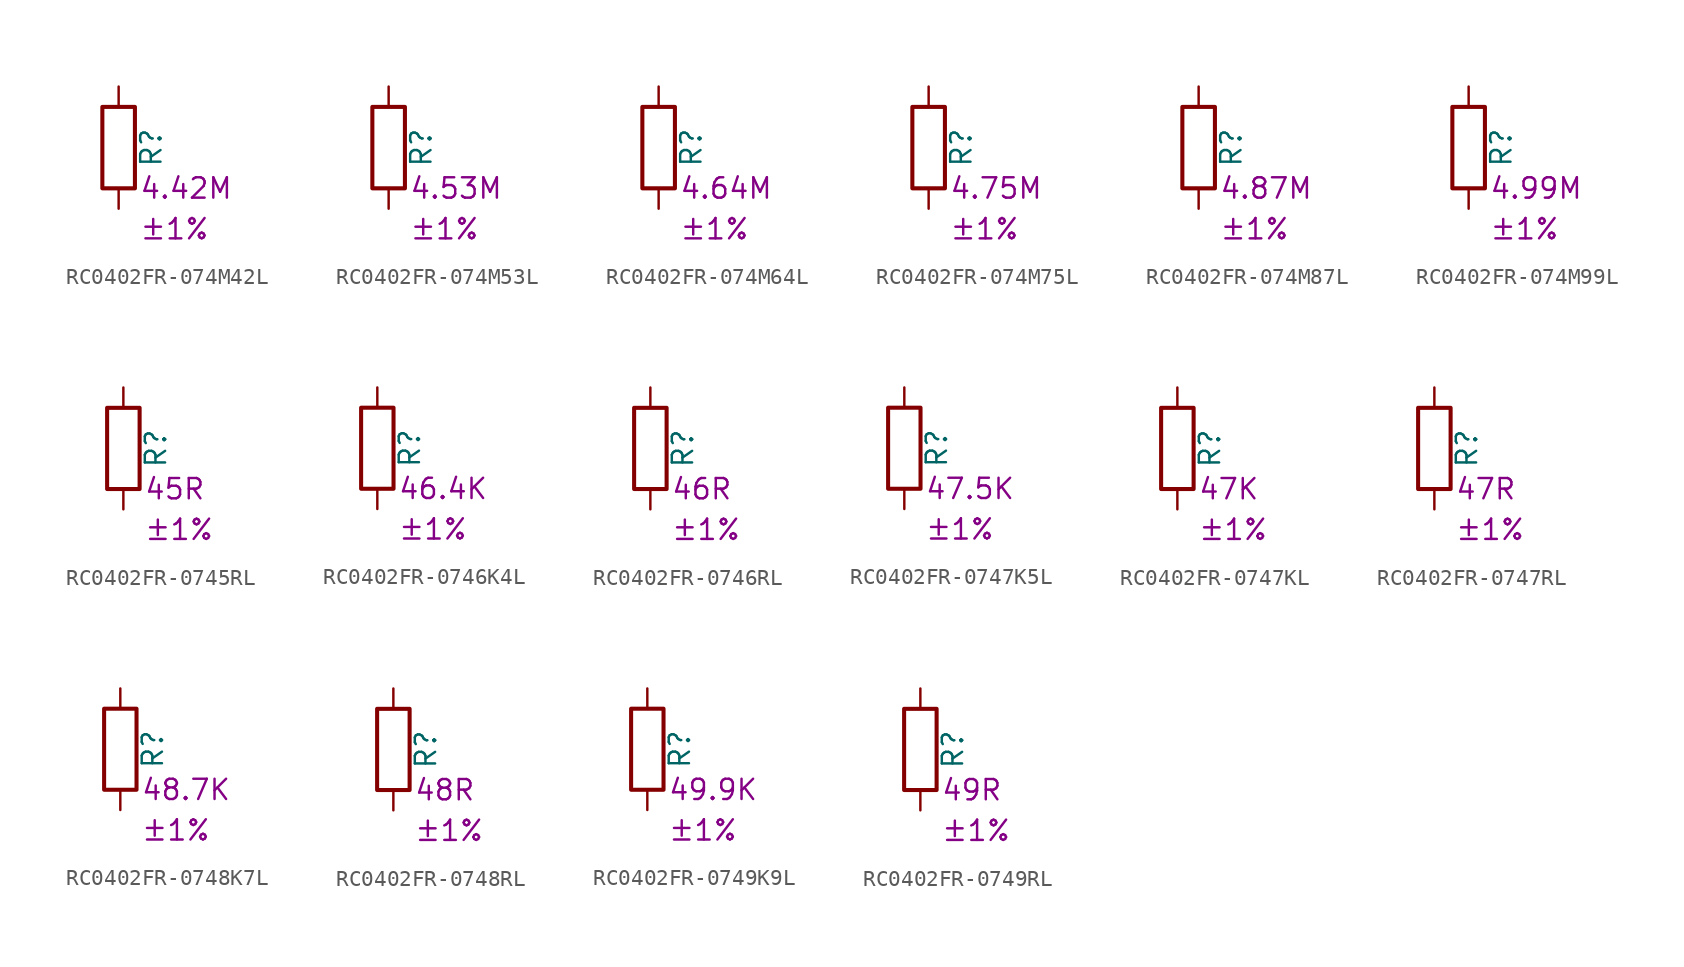
<source format=kicad_sym>
(kicad_symbol_lib
  (version 20220914)
  (generator kicad_symbol_editor)
  (symbol "RC0402FR-074M42L"
    (pin_numbers hide)
    (pin_names
      (offset 0))
    (property "Reference" "R"
      (at 2.032 0 90)
      (effects (font (size 1.27 1.27))))
    (property "Resistance" "4.42M"
      (at 1.27 -2.54 0)
      (effects (font (size 1.27 1.27)) (justify left)))
    (property "Tolerance" "±1%"
      (at 1.27 -5.08 0)
      (effects (font (size 1.27 1.27)) (justify left)))
    (symbol "RC0402FR-074M42L_0_1"
      (rectangle (start -1.016 -2.54) (end 1.016 2.54) (stroke (width 0.254) (type default)) (fill (type none))))
    (symbol "RC0402FR-074M42L_1_1"
      (pin passive line (at 0 3.81 270) (length 1.27) (name "~" (effects (font (size 1.27 1.27)))) (number "1" (effects (font (size 1.27 1.27)))))
      (pin passive line (at 0 -3.81 90) (length 1.27) (name "~" (effects (font (size 1.27 1.27)))) (number "2" (effects (font (size 1.27 1.27)))))))
  (symbol "RC0402FR-074M53L"
    (pin_numbers hide)
    (pin_names
      (offset 0))
    (property "Reference" "R"
      (at 2.032 0 90)
      (effects (font (size 1.27 1.27))))
    (property "Resistance" "4.53M"
      (at 1.27 -2.54 0)
      (effects (font (size 1.27 1.27)) (justify left)))
    (property "Tolerance" "±1%"
      (at 1.27 -5.08 0)
      (effects (font (size 1.27 1.27)) (justify left)))
    (symbol "RC0402FR-074M53L_0_1"
      (rectangle (start -1.016 -2.54) (end 1.016 2.54) (stroke (width 0.254) (type default)) (fill (type none))))
    (symbol "RC0402FR-074M53L_1_1"
      (pin passive line (at 0 3.81 270) (length 1.27) (name "~" (effects (font (size 1.27 1.27)))) (number "1" (effects (font (size 1.27 1.27)))))
      (pin passive line (at 0 -3.81 90) (length 1.27) (name "~" (effects (font (size 1.27 1.27)))) (number "2" (effects (font (size 1.27 1.27)))))))
  (symbol "RC0402FR-074M64L"
    (pin_numbers hide)
    (pin_names
      (offset 0))
    (property "Reference" "R"
      (at 2.032 0 90)
      (effects (font (size 1.27 1.27))))
    (property "Resistance" "4.64M"
      (at 1.27 -2.54 0)
      (effects (font (size 1.27 1.27)) (justify left)))
    (property "Tolerance" "±1%"
      (at 1.27 -5.08 0)
      (effects (font (size 1.27 1.27)) (justify left)))
    (symbol "RC0402FR-074M64L_0_1"
      (rectangle (start -1.016 -2.54) (end 1.016 2.54) (stroke (width 0.254) (type default)) (fill (type none))))
    (symbol "RC0402FR-074M64L_1_1"
      (pin passive line (at 0 3.81 270) (length 1.27) (name "~" (effects (font (size 1.27 1.27)))) (number "1" (effects (font (size 1.27 1.27)))))
      (pin passive line (at 0 -3.81 90) (length 1.27) (name "~" (effects (font (size 1.27 1.27)))) (number "2" (effects (font (size 1.27 1.27)))))))
  (symbol "RC0402FR-074M75L"
    (pin_numbers hide)
    (pin_names
      (offset 0))
    (property "Reference" "R"
      (at 2.032 0 90)
      (effects (font (size 1.27 1.27))))
    (property "Resistance" "4.75M"
      (at 1.27 -2.54 0)
      (effects (font (size 1.27 1.27)) (justify left)))
    (property "Tolerance" "±1%"
      (at 1.27 -5.08 0)
      (effects (font (size 1.27 1.27)) (justify left)))
    (symbol "RC0402FR-074M75L_0_1"
      (rectangle (start -1.016 -2.54) (end 1.016 2.54) (stroke (width 0.254) (type default)) (fill (type none))))
    (symbol "RC0402FR-074M75L_1_1"
      (pin passive line (at 0 3.81 270) (length 1.27) (name "~" (effects (font (size 1.27 1.27)))) (number "1" (effects (font (size 1.27 1.27)))))
      (pin passive line (at 0 -3.81 90) (length 1.27) (name "~" (effects (font (size 1.27 1.27)))) (number "2" (effects (font (size 1.27 1.27)))))))
  (symbol "RC0402FR-074M87L"
    (pin_numbers hide)
    (pin_names
      (offset 0))
    (property "Reference" "R"
      (at 2.032 0 90)
      (effects (font (size 1.27 1.27))))
    (property "Resistance" "4.87M"
      (at 1.27 -2.54 0)
      (effects (font (size 1.27 1.27)) (justify left)))
    (property "Tolerance" "±1%"
      (at 1.27 -5.08 0)
      (effects (font (size 1.27 1.27)) (justify left)))
    (symbol "RC0402FR-074M87L_0_1"
      (rectangle (start -1.016 -2.54) (end 1.016 2.54) (stroke (width 0.254) (type default)) (fill (type none))))
    (symbol "RC0402FR-074M87L_1_1"
      (pin passive line (at 0 3.81 270) (length 1.27) (name "~" (effects (font (size 1.27 1.27)))) (number "1" (effects (font (size 1.27 1.27)))))
      (pin passive line (at 0 -3.81 90) (length 1.27) (name "~" (effects (font (size 1.27 1.27)))) (number "2" (effects (font (size 1.27 1.27)))))))
  (symbol "RC0402FR-074M99L"
    (pin_numbers hide)
    (pin_names
      (offset 0))
    (property "Reference" "R"
      (at 2.032 0 90)
      (effects (font (size 1.27 1.27))))
    (property "Resistance" "4.99M"
      (at 1.27 -2.54 0)
      (effects (font (size 1.27 1.27)) (justify left)))
    (property "Tolerance" "±1%"
      (at 1.27 -5.08 0)
      (effects (font (size 1.27 1.27)) (justify left)))
    (symbol "RC0402FR-074M99L_0_1"
      (rectangle (start -1.016 -2.54) (end 1.016 2.54) (stroke (width 0.254) (type default)) (fill (type none))))
    (symbol "RC0402FR-074M99L_1_1"
      (pin passive line (at 0 3.81 270) (length 1.27) (name "~" (effects (font (size 1.27 1.27)))) (number "1" (effects (font (size 1.27 1.27)))))
      (pin passive line (at 0 -3.81 90) (length 1.27) (name "~" (effects (font (size 1.27 1.27)))) (number "2" (effects (font (size 1.27 1.27)))))))
  (symbol "RC0402FR-0745RL"
    (pin_numbers hide)
    (pin_names
      (offset 0))
    (property "Reference" "R"
      (at 2.032 0 90)
      (effects (font (size 1.27 1.27))))
    (property "Resistance" "45R"
      (at 1.27 -2.54 0)
      (effects (font (size 1.27 1.27)) (justify left)))
    (property "Tolerance" "±1%"
      (at 1.27 -5.08 0)
      (effects (font (size 1.27 1.27)) (justify left)))
    (symbol "RC0402FR-0745RL_0_1"
      (rectangle (start -1.016 -2.54) (end 1.016 2.54) (stroke (width 0.254) (type default)) (fill (type none))))
    (symbol "RC0402FR-0745RL_1_1"
      (pin passive line (at 0 3.81 270) (length 1.27) (name "~" (effects (font (size 1.27 1.27)))) (number "1" (effects (font (size 1.27 1.27)))))
      (pin passive line (at 0 -3.81 90) (length 1.27) (name "~" (effects (font (size 1.27 1.27)))) (number "2" (effects (font (size 1.27 1.27)))))))
  (symbol "RC0402FR-0746K4L"
    (pin_numbers hide)
    (pin_names
      (offset 0))
    (property "Reference" "R"
      (at 2.032 0 90)
      (effects (font (size 1.27 1.27))))
    (property "Resistance" "46.4K"
      (at 1.27 -2.54 0)
      (effects (font (size 1.27 1.27)) (justify left)))
    (property "Tolerance" "±1%"
      (at 1.27 -5.08 0)
      (effects (font (size 1.27 1.27)) (justify left)))
    (symbol "RC0402FR-0746K4L_0_1"
      (rectangle (start -1.016 -2.54) (end 1.016 2.54) (stroke (width 0.254) (type default)) (fill (type none))))
    (symbol "RC0402FR-0746K4L_1_1"
      (pin passive line (at 0 3.81 270) (length 1.27) (name "~" (effects (font (size 1.27 1.27)))) (number "1" (effects (font (size 1.27 1.27)))))
      (pin passive line (at 0 -3.81 90) (length 1.27) (name "~" (effects (font (size 1.27 1.27)))) (number "2" (effects (font (size 1.27 1.27)))))))
  (symbol "RC0402FR-0746RL"
    (pin_numbers hide)
    (pin_names
      (offset 0))
    (property "Reference" "R"
      (at 2.032 0 90)
      (effects (font (size 1.27 1.27))))
    (property "Resistance" "46R"
      (at 1.27 -2.54 0)
      (effects (font (size 1.27 1.27)) (justify left)))
    (property "Tolerance" "±1%"
      (at 1.27 -5.08 0)
      (effects (font (size 1.27 1.27)) (justify left)))
    (symbol "RC0402FR-0746RL_0_1"
      (rectangle (start -1.016 -2.54) (end 1.016 2.54) (stroke (width 0.254) (type default)) (fill (type none))))
    (symbol "RC0402FR-0746RL_1_1"
      (pin passive line (at 0 3.81 270) (length 1.27) (name "~" (effects (font (size 1.27 1.27)))) (number "1" (effects (font (size 1.27 1.27)))))
      (pin passive line (at 0 -3.81 90) (length 1.27) (name "~" (effects (font (size 1.27 1.27)))) (number "2" (effects (font (size 1.27 1.27)))))))
  (symbol "RC0402FR-0747K5L"
    (pin_numbers hide)
    (pin_names
      (offset 0))
    (property "Reference" "R"
      (at 2.032 0 90)
      (effects (font (size 1.27 1.27))))
    (property "Resistance" "47.5K"
      (at 1.27 -2.54 0)
      (effects (font (size 1.27 1.27)) (justify left)))
    (property "Tolerance" "±1%"
      (at 1.27 -5.08 0)
      (effects (font (size 1.27 1.27)) (justify left)))
    (symbol "RC0402FR-0747K5L_0_1"
      (rectangle (start -1.016 -2.54) (end 1.016 2.54) (stroke (width 0.254) (type default)) (fill (type none))))
    (symbol "RC0402FR-0747K5L_1_1"
      (pin passive line (at 0 3.81 270) (length 1.27) (name "~" (effects (font (size 1.27 1.27)))) (number "1" (effects (font (size 1.27 1.27)))))
      (pin passive line (at 0 -3.81 90) (length 1.27) (name "~" (effects (font (size 1.27 1.27)))) (number "2" (effects (font (size 1.27 1.27)))))))
  (symbol "RC0402FR-0747KL"
    (pin_numbers hide)
    (pin_names
      (offset 0))
    (property "Reference" "R"
      (at 2.032 0 90)
      (effects (font (size 1.27 1.27))))
    (property "Resistance" "47K"
      (at 1.27 -2.54 0)
      (effects (font (size 1.27 1.27)) (justify left)))
    (property "Tolerance" "±1%"
      (at 1.27 -5.08 0)
      (effects (font (size 1.27 1.27)) (justify left)))
    (symbol "RC0402FR-0747KL_0_1"
      (rectangle (start -1.016 -2.54) (end 1.016 2.54) (stroke (width 0.254) (type default)) (fill (type none))))
    (symbol "RC0402FR-0747KL_1_1"
      (pin passive line (at 0 3.81 270) (length 1.27) (name "~" (effects (font (size 1.27 1.27)))) (number "1" (effects (font (size 1.27 1.27)))))
      (pin passive line (at 0 -3.81 90) (length 1.27) (name "~" (effects (font (size 1.27 1.27)))) (number "2" (effects (font (size 1.27 1.27)))))))
  (symbol "RC0402FR-0747RL"
    (pin_numbers hide)
    (pin_names
      (offset 0))
    (property "Reference" "R"
      (at 2.032 0 90)
      (effects (font (size 1.27 1.27))))
    (property "Resistance" "47R"
      (at 1.27 -2.54 0)
      (effects (font (size 1.27 1.27)) (justify left)))
    (property "Tolerance" "±1%"
      (at 1.27 -5.08 0)
      (effects (font (size 1.27 1.27)) (justify left)))
    (symbol "RC0402FR-0747RL_0_1"
      (rectangle (start -1.016 -2.54) (end 1.016 2.54) (stroke (width 0.254) (type default)) (fill (type none))))
    (symbol "RC0402FR-0747RL_1_1"
      (pin passive line (at 0 3.81 270) (length 1.27) (name "~" (effects (font (size 1.27 1.27)))) (number "1" (effects (font (size 1.27 1.27)))))
      (pin passive line (at 0 -3.81 90) (length 1.27) (name "~" (effects (font (size 1.27 1.27)))) (number "2" (effects (font (size 1.27 1.27)))))))
  (symbol "RC0402FR-0748K7L"
    (pin_numbers hide)
    (pin_names
      (offset 0))
    (property "Reference" "R"
      (at 2.032 0 90)
      (effects (font (size 1.27 1.27))))
    (property "Resistance" "48.7K"
      (at 1.27 -2.54 0)
      (effects (font (size 1.27 1.27)) (justify left)))
    (property "Tolerance" "±1%"
      (at 1.27 -5.08 0)
      (effects (font (size 1.27 1.27)) (justify left)))
    (symbol "RC0402FR-0748K7L_0_1"
      (rectangle (start -1.016 -2.54) (end 1.016 2.54) (stroke (width 0.254) (type default)) (fill (type none))))
    (symbol "RC0402FR-0748K7L_1_1"
      (pin passive line (at 0 3.81 270) (length 1.27) (name "~" (effects (font (size 1.27 1.27)))) (number "1" (effects (font (size 1.27 1.27)))))
      (pin passive line (at 0 -3.81 90) (length 1.27) (name "~" (effects (font (size 1.27 1.27)))) (number "2" (effects (font (size 1.27 1.27)))))))
  (symbol "RC0402FR-0748RL"
    (pin_numbers hide)
    (pin_names
      (offset 0))
    (property "Reference" "R"
      (at 2.032 0 90)
      (effects (font (size 1.27 1.27))))
    (property "Resistance" "48R"
      (at 1.27 -2.54 0)
      (effects (font (size 1.27 1.27)) (justify left)))
    (property "Tolerance" "±1%"
      (at 1.27 -5.08 0)
      (effects (font (size 1.27 1.27)) (justify left)))
    (symbol "RC0402FR-0748RL_0_1"
      (rectangle (start -1.016 -2.54) (end 1.016 2.54) (stroke (width 0.254) (type default)) (fill (type none))))
    (symbol "RC0402FR-0748RL_1_1"
      (pin passive line (at 0 3.81 270) (length 1.27) (name "~" (effects (font (size 1.27 1.27)))) (number "1" (effects (font (size 1.27 1.27)))))
      (pin passive line (at 0 -3.81 90) (length 1.27) (name "~" (effects (font (size 1.27 1.27)))) (number "2" (effects (font (size 1.27 1.27)))))))
  (symbol "RC0402FR-0749K9L"
    (pin_numbers hide)
    (pin_names
      (offset 0))
    (property "Reference" "R"
      (at 2.032 0 90)
      (effects (font (size 1.27 1.27))))
    (property "Resistance" "49.9K"
      (at 1.27 -2.54 0)
      (effects (font (size 1.27 1.27)) (justify left)))
    (property "Tolerance" "±1%"
      (at 1.27 -5.08 0)
      (effects (font (size 1.27 1.27)) (justify left)))
    (symbol "RC0402FR-0749K9L_0_1"
      (rectangle (start -1.016 -2.54) (end 1.016 2.54) (stroke (width 0.254) (type default)) (fill (type none))))
    (symbol "RC0402FR-0749K9L_1_1"
      (pin passive line (at 0 3.81 270) (length 1.27) (name "~" (effects (font (size 1.27 1.27)))) (number "1" (effects (font (size 1.27 1.27)))))
      (pin passive line (at 0 -3.81 90) (length 1.27) (name "~" (effects (font (size 1.27 1.27)))) (number "2" (effects (font (size 1.27 1.27)))))))
  (symbol "RC0402FR-0749RL"
    (pin_numbers hide)
    (pin_names
      (offset 0))
    (property "Reference" "R"
      (at 2.032 0 90)
      (effects (font (size 1.27 1.27))))
    (property "Resistance" "49R"
      (at 1.27 -2.54 0)
      (effects (font (size 1.27 1.27)) (justify left)))
    (property "Tolerance" "±1%"
      (at 1.27 -5.08 0)
      (effects (font (size 1.27 1.27)) (justify left)))
    (symbol "RC0402FR-0749RL_0_1"
      (rectangle (start -1.016 -2.54) (end 1.016 2.54) (stroke (width 0.254) (type default)) (fill (type none))))
    (symbol "RC0402FR-0749RL_1_1"
      (pin passive line (at 0 3.81 270) (length 1.27) (name "~" (effects (font (size 1.27 1.27)))) (number "1" (effects (font (size 1.27 1.27)))))
      (pin passive line (at 0 -3.81 90) (length 1.27) (name "~" (effects (font (size 1.27 1.27)))) (number "2" (effects (font (size 1.27 1.27))))))))
</source>
